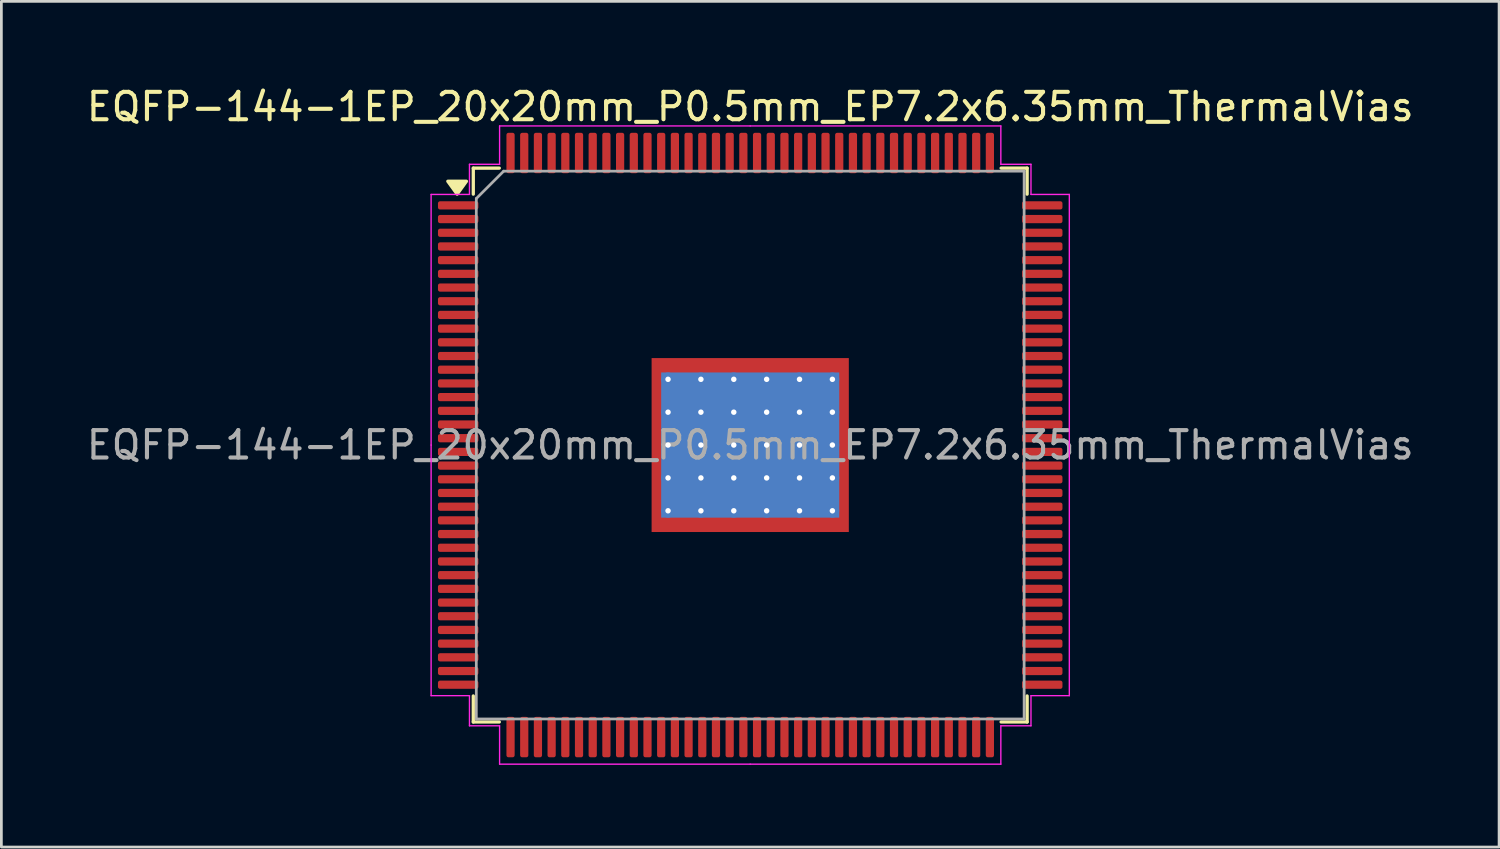
<source format=kicad_pcb>
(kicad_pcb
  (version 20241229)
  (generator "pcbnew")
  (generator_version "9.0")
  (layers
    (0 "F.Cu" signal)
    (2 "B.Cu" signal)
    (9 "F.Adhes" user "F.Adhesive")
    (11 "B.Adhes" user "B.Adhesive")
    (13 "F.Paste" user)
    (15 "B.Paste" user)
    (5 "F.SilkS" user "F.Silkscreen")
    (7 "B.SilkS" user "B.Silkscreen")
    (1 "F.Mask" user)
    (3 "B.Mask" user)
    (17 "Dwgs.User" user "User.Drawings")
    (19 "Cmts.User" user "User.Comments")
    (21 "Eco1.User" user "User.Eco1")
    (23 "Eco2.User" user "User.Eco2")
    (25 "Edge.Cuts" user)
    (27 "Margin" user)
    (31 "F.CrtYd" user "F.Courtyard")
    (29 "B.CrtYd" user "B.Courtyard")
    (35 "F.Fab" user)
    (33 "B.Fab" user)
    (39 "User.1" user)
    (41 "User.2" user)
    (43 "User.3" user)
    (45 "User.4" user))
  (footprint "EQFP-144-1EP_20x20mm_P0.5mm_EP7.2x6.35mm_ThermalVias"
    (layer "F.Cu")
    (at 24.339 13.198)
    (property "Reference" "EQFP-144-1EP_20x20mm_P0.5mm_EP7.2x6.35mm_ThermalVias" (at 0 -12.35 0) (layer "F.SilkS") (effects (font (size 1 1) (thickness 0.15))))
    (attr smd)
    (fp_line (start -10.11 -10.11) (end -10.11 -9.16) (stroke (width 0.12) (type solid)) (layer "F.SilkS"))
    (fp_line (start -10.11 10.11) (end -10.11 9.16) (stroke (width 0.12) (type solid)) (layer "F.SilkS"))
    (fp_line (start -9.16 -10.11) (end -10.11 -10.11) (stroke (width 0.12) (type solid)) (layer "F.SilkS"))
    (fp_line (start -9.16 10.11) (end -10.11 10.11) (stroke (width 0.12) (type solid)) (layer "F.SilkS"))
    (fp_line (start 9.16 -10.11) (end 10.11 -10.11) (stroke (width 0.12) (type solid)) (layer "F.SilkS"))
    (fp_line (start 9.16 10.11) (end 10.11 10.11) (stroke (width 0.12) (type solid)) (layer "F.SilkS"))
    (fp_line (start 10.11 -10.11) (end 10.11 -9.16) (stroke (width 0.12) (type solid)) (layer "F.SilkS"))
    (fp_line (start 10.11 10.11) (end 10.11 9.16) (stroke (width 0.12) (type solid)) (layer "F.SilkS"))
    (fp_poly (pts (xy -10.7 -9.16) (xy -11.04 -9.63) (xy -10.36 -9.63) (xy -10.7 -9.16)) (stroke (width 0.12) (type solid)) (fill yes) (layer "F.SilkS"))
    (fp_line (start -11.65 -9.15) (end -11.65 0) (stroke (width 0.05) (type solid)) (layer "F.CrtYd"))
    (fp_line (start -11.65 9.15) (end -11.65 0) (stroke (width 0.05) (type solid)) (layer "F.CrtYd"))
    (fp_line (start -10.25 -10.25) (end -10.25 -9.15) (stroke (width 0.05) (type solid)) (layer "F.CrtYd"))
    (fp_line (start -10.25 -9.15) (end -11.65 -9.15) (stroke (width 0.05) (type solid)) (layer "F.CrtYd"))
    (fp_line (start -10.25 9.15) (end -11.65 9.15) (stroke (width 0.05) (type solid)) (layer "F.CrtYd"))
    (fp_line (start -10.25 10.25) (end -10.25 9.15) (stroke (width 0.05) (type solid)) (layer "F.CrtYd"))
    (fp_line (start -9.15 -11.65) (end -9.15 -10.25) (stroke (width 0.05) (type solid)) (layer "F.CrtYd"))
    (fp_line (start -9.15 -10.25) (end -10.25 -10.25) (stroke (width 0.05) (type solid)) (layer "F.CrtYd"))
    (fp_line (start -9.15 10.25) (end -10.25 10.25) (stroke (width 0.05) (type solid)) (layer "F.CrtYd"))
    (fp_line (start -9.15 11.65) (end -9.15 10.25) (stroke (width 0.05) (type solid)) (layer "F.CrtYd"))
    (fp_line (start 0 -11.65) (end -9.15 -11.65) (stroke (width 0.05) (type solid)) (layer "F.CrtYd"))
    (fp_line (start 0 -11.65) (end 9.15 -11.65) (stroke (width 0.05) (type solid)) (layer "F.CrtYd"))
    (fp_line (start 0 11.65) (end -9.15 11.65) (stroke (width 0.05) (type solid)) (layer "F.CrtYd"))
    (fp_line (start 0 11.65) (end 9.15 11.65) (stroke (width 0.05) (type solid)) (layer "F.CrtYd"))
    (fp_line (start 9.15 -11.65) (end 9.15 -10.25) (stroke (width 0.05) (type solid)) (layer "F.CrtYd"))
    (fp_line (start 9.15 -10.25) (end 10.25 -10.25) (stroke (width 0.05) (type solid)) (layer "F.CrtYd"))
    (fp_line (start 9.15 10.25) (end 10.25 10.25) (stroke (width 0.05) (type solid)) (layer "F.CrtYd"))
    (fp_line (start 9.15 11.65) (end 9.15 10.25) (stroke (width 0.05) (type solid)) (layer "F.CrtYd"))
    (fp_line (start 10.25 -10.25) (end 10.25 -9.15) (stroke (width 0.05) (type solid)) (layer "F.CrtYd"))
    (fp_line (start 10.25 -9.15) (end 11.65 -9.15) (stroke (width 0.05) (type solid)) (layer "F.CrtYd"))
    (fp_line (start 10.25 9.15) (end 11.65 9.15) (stroke (width 0.05) (type solid)) (layer "F.CrtYd"))
    (fp_line (start 10.25 10.25) (end 10.25 9.15) (stroke (width 0.05) (type solid)) (layer "F.CrtYd"))
    (fp_line (start 11.65 -9.15) (end 11.65 0) (stroke (width 0.05) (type solid)) (layer "F.CrtYd"))
    (fp_line (start 11.65 9.15) (end 11.65 0) (stroke (width 0.05) (type solid)) (layer "F.CrtYd"))
    (fp_line (start -10 -9) (end -9 -10) (stroke (width 0.1) (type solid)) (layer "F.Fab"))
    (fp_line (start -10 10) (end -10 -9) (stroke (width 0.1) (type solid)) (layer "F.Fab"))
    (fp_line (start -9 -10) (end 10 -10) (stroke (width 0.1) (type solid)) (layer "F.Fab"))
    (fp_line (start 10 -10) (end 10 10) (stroke (width 0.1) (type solid)) (layer "F.Fab"))
    (fp_line (start 10 10) (end -10 10) (stroke (width 0.1) (type solid)) (layer "F.Fab"))
    (fp_text user "${REFERENCE}" (at 0 0 0) (layer "F.Fab") (effects (font (size 1 1) (thickness 0.15))))
    (pad "" smd custom (at -3.3 -2.788) (size 0.378 0.378) (layers "F.Paste") (options (anchor circle)) (primitives (gr_poly (pts (xy -0.136 -0.207) (xy 0.136 -0.207) (xy 0.136 0.119) (xy 0.048 0.207) (xy -0.136 0.207)) (width 0.212) (fill yes))))
    (pad "" smd custom (at -3.3 -1.8) (size 0.407 0.407) (layers "F.Paste") (options (anchor circle)) (primitives (gr_poly (pts (xy -0.165 -0.407) (xy 0.102 -0.407) (xy 0.165 -0.344) (xy 0.165 0.344) (xy 0.102 0.407) (xy -0.165 0.407)) (width 0.153) (fill yes))))
    (pad "" smd custom (at -3.3 -0.6) (size 0.407 0.407) (layers "F.Paste") (options (anchor circle)) (primitives (gr_poly (pts (xy -0.165 -0.407) (xy 0.102 -0.407) (xy 0.165 -0.344) (xy 0.165 0.344) (xy 0.102 0.407) (xy -0.165 0.407)) (width 0.153) (fill yes))))
    (pad "" smd custom (at -3.3 0.6) (size 0.407 0.407) (layers "F.Paste") (options (anchor circle)) (primitives (gr_poly (pts (xy -0.165 -0.407) (xy 0.102 -0.407) (xy 0.165 -0.344) (xy 0.165 0.344) (xy 0.102 0.407) (xy -0.165 0.407)) (width 0.153) (fill yes))))
    (pad "" smd custom (at -3.3 1.8) (size 0.407 0.407) (layers "F.Paste") (options (anchor circle)) (primitives (gr_poly (pts (xy -0.165 -0.407) (xy 0.102 -0.407) (xy 0.165 -0.344) (xy 0.165 0.344) (xy 0.102 0.407) (xy -0.165 0.407)) (width 0.153) (fill yes))))
    (pad "" smd custom (at -3.3 2.788) (size 0.378 0.378) (layers "F.Paste") (options (anchor circle)) (primitives (gr_poly (pts (xy -0.136 -0.207) (xy 0.048 -0.207) (xy 0.136 -0.119) (xy 0.136 0.207) (xy -0.136 0.207)) (width 0.212) (fill yes))))
    (pad "" smd roundrect (at -2.4 -2.788) (size 0.967 0.625) (layers "F.Paste") (roundrect_rratio 0.25))
    (pad "" smd roundrect (at -2.4 -1.8) (size 0.967 0.967) (layers "F.Paste") (roundrect_rratio 0.25))
    (pad "" smd roundrect (at -2.4 -0.6) (size 0.967 0.967) (layers "F.Paste") (roundrect_rratio 0.25))
    (pad "" smd roundrect (at -2.4 0.6) (size 0.967 0.967) (layers "F.Paste") (roundrect_rratio 0.25))
    (pad "" smd roundrect (at -2.4 1.8) (size 0.967 0.967) (layers "F.Paste") (roundrect_rratio 0.25))
    (pad "" smd roundrect (at -2.4 2.788) (size 0.967 0.625) (layers "F.Paste") (roundrect_rratio 0.25))
    (pad "" smd roundrect (at -1.2 -2.788) (size 0.967 0.625) (layers "F.Paste") (roundrect_rratio 0.25))
    (pad "" smd roundrect (at -1.2 -1.8) (size 0.967 0.967) (layers "F.Paste") (roundrect_rratio 0.25))
    (pad "" smd roundrect (at -1.2 -0.6) (size 0.967 0.967) (layers "F.Paste") (roundrect_rratio 0.25))
    (pad "" smd roundrect (at -1.2 0.6) (size 0.967 0.967) (layers "F.Paste") (roundrect_rratio 0.25))
    (pad "" smd roundrect (at -1.2 1.8) (size 0.967 0.967) (layers "F.Paste") (roundrect_rratio 0.25))
    (pad "" smd roundrect (at -1.2 2.788) (size 0.967 0.625) (layers "F.Paste") (roundrect_rratio 0.25))
    (pad "" smd roundrect (at 0 -2.788) (size 0.967 0.625) (layers "F.Paste") (roundrect_rratio 0.25))
    (pad "" smd roundrect (at 0 -1.8) (size 0.967 0.967) (layers "F.Paste") (roundrect_rratio 0.25))
    (pad "" smd roundrect (at 0 -0.6) (size 0.967 0.967) (layers "F.Paste") (roundrect_rratio 0.25))
    (pad "" smd roundrect (at 0 0.6) (size 0.967 0.967) (layers "F.Paste") (roundrect_rratio 0.25))
    (pad "" smd roundrect (at 0 1.8) (size 0.967 0.967) (layers "F.Paste") (roundrect_rratio 0.25))
    (pad "" smd roundrect (at 0 2.788) (size 0.967 0.625) (layers "F.Paste") (roundrect_rratio 0.25))
    (pad "" smd roundrect (at 1.2 -2.788) (size 0.967 0.625) (layers "F.Paste") (roundrect_rratio 0.25))
    (pad "" smd roundrect (at 1.2 -1.8) (size 0.967 0.967) (layers "F.Paste") (roundrect_rratio 0.25))
    (pad "" smd roundrect (at 1.2 -0.6) (size 0.967 0.967) (layers "F.Paste") (roundrect_rratio 0.25))
    (pad "" smd roundrect (at 1.2 0.6) (size 0.967 0.967) (layers "F.Paste") (roundrect_rratio 0.25))
    (pad "" smd roundrect (at 1.2 1.8) (size 0.967 0.967) (layers "F.Paste") (roundrect_rratio 0.25))
    (pad "" smd roundrect (at 1.2 2.788) (size 0.967 0.625) (layers "F.Paste") (roundrect_rratio 0.25))
    (pad "" smd roundrect (at 2.4 -2.788) (size 0.967 0.625) (layers "F.Paste") (roundrect_rratio 0.25))
    (pad "" smd roundrect (at 2.4 -1.8) (size 0.967 0.967) (layers "F.Paste") (roundrect_rratio 0.25))
    (pad "" smd roundrect (at 2.4 -0.6) (size 0.967 0.967) (layers "F.Paste") (roundrect_rratio 0.25))
    (pad "" smd roundrect (at 2.4 0.6) (size 0.967 0.967) (layers "F.Paste") (roundrect_rratio 0.25))
    (pad "" smd roundrect (at 2.4 1.8) (size 0.967 0.967) (layers "F.Paste") (roundrect_rratio 0.25))
    (pad "" smd roundrect (at 2.4 2.788) (size 0.967 0.625) (layers "F.Paste") (roundrect_rratio 0.25))
    (pad "" smd custom (at 3.3 -2.788) (size 0.378 0.378) (layers "F.Paste") (options (anchor circle)) (primitives (gr_poly (pts (xy -0.136 -0.207) (xy 0.136 -0.207) (xy 0.136 0.207) (xy -0.048 0.207) (xy -0.136 0.119)) (width 0.212) (fill yes))))
    (pad "" smd custom (at 3.3 -1.8) (size 0.407 0.407) (layers "F.Paste") (options (anchor circle)) (primitives (gr_poly (pts (xy -0.165 -0.344) (xy -0.102 -0.407) (xy 0.165 -0.407) (xy 0.165 0.407) (xy -0.102 0.407) (xy -0.165 0.344)) (width 0.153) (fill yes))))
    (pad "" smd custom (at 3.3 -0.6) (size 0.407 0.407) (layers "F.Paste") (options (anchor circle)) (primitives (gr_poly (pts (xy -0.165 -0.344) (xy -0.102 -0.407) (xy 0.165 -0.407) (xy 0.165 0.407) (xy -0.102 0.407) (xy -0.165 0.344)) (width 0.153) (fill yes))))
    (pad "" smd custom (at 3.3 0.6) (size 0.407 0.407) (layers "F.Paste") (options (anchor circle)) (primitives (gr_poly (pts (xy -0.165 -0.344) (xy -0.102 -0.407) (xy 0.165 -0.407) (xy 0.165 0.407) (xy -0.102 0.407) (xy -0.165 0.344)) (width 0.153) (fill yes))))
    (pad "" smd custom (at 3.3 1.8) (size 0.407 0.407) (layers "F.Paste") (options (anchor circle)) (primitives (gr_poly (pts (xy -0.165 -0.344) (xy -0.102 -0.407) (xy 0.165 -0.407) (xy 0.165 0.407) (xy -0.102 0.407) (xy -0.165 0.344)) (width 0.153) (fill yes))))
    (pad "" smd custom (at 3.3 2.788) (size 0.378 0.378) (layers "F.Paste") (options (anchor circle)) (primitives (gr_poly (pts (xy -0.136 -0.119) (xy -0.048 -0.207) (xy 0.136 -0.207) (xy 0.136 0.207) (xy -0.136 0.207)) (width 0.212) (fill yes))))
    (pad "1" smd roundrect (at -10.662 -8.75) (size 1.475 0.3) (layers "F.Cu" "F.Mask" "F.Paste") (roundrect_rratio 0.25))
    (pad "2" smd roundrect (at -10.662 -8.25) (size 1.475 0.3) (layers "F.Cu" "F.Mask" "F.Paste") (roundrect_rratio 0.25))
    (pad "3" smd roundrect (at -10.662 -7.75) (size 1.475 0.3) (layers "F.Cu" "F.Mask" "F.Paste") (roundrect_rratio 0.25))
    (pad "4" smd roundrect (at -10.662 -7.25) (size 1.475 0.3) (layers "F.Cu" "F.Mask" "F.Paste") (roundrect_rratio 0.25))
    (pad "5" smd roundrect (at -10.662 -6.75) (size 1.475 0.3) (layers "F.Cu" "F.Mask" "F.Paste") (roundrect_rratio 0.25))
    (pad "6" smd roundrect (at -10.662 -6.25) (size 1.475 0.3) (layers "F.Cu" "F.Mask" "F.Paste") (roundrect_rratio 0.25))
    (pad "7" smd roundrect (at -10.662 -5.75) (size 1.475 0.3) (layers "F.Cu" "F.Mask" "F.Paste") (roundrect_rratio 0.25))
    (pad "8" smd roundrect (at -10.662 -5.25) (size 1.475 0.3) (layers "F.Cu" "F.Mask" "F.Paste") (roundrect_rratio 0.25))
    (pad "9" smd roundrect (at -10.662 -4.75) (size 1.475 0.3) (layers "F.Cu" "F.Mask" "F.Paste") (roundrect_rratio 0.25))
    (pad "10" smd roundrect (at -10.662 -4.25) (size 1.475 0.3) (layers "F.Cu" "F.Mask" "F.Paste") (roundrect_rratio 0.25))
    (pad "11" smd roundrect (at -10.662 -3.75) (size 1.475 0.3) (layers "F.Cu" "F.Mask" "F.Paste") (roundrect_rratio 0.25))
    (pad "12" smd roundrect (at -10.662 -3.25) (size 1.475 0.3) (layers "F.Cu" "F.Mask" "F.Paste") (roundrect_rratio 0.25))
    (pad "13" smd roundrect (at -10.662 -2.75) (size 1.475 0.3) (layers "F.Cu" "F.Mask" "F.Paste") (roundrect_rratio 0.25))
    (pad "14" smd roundrect (at -10.662 -2.25) (size 1.475 0.3) (layers "F.Cu" "F.Mask" "F.Paste") (roundrect_rratio 0.25))
    (pad "15" smd roundrect (at -10.662 -1.75) (size 1.475 0.3) (layers "F.Cu" "F.Mask" "F.Paste") (roundrect_rratio 0.25))
    (pad "16" smd roundrect (at -10.662 -1.25) (size 1.475 0.3) (layers "F.Cu" "F.Mask" "F.Paste") (roundrect_rratio 0.25))
    (pad "17" smd roundrect (at -10.662 -0.75) (size 1.475 0.3) (layers "F.Cu" "F.Mask" "F.Paste") (roundrect_rratio 0.25))
    (pad "18" smd roundrect (at -10.662 -0.25) (size 1.475 0.3) (layers "F.Cu" "F.Mask" "F.Paste") (roundrect_rratio 0.25))
    (pad "19" smd roundrect (at -10.662 0.25) (size 1.475 0.3) (layers "F.Cu" "F.Mask" "F.Paste") (roundrect_rratio 0.25))
    (pad "20" smd roundrect (at -10.662 0.75) (size 1.475 0.3) (layers "F.Cu" "F.Mask" "F.Paste") (roundrect_rratio 0.25))
    (pad "21" smd roundrect (at -10.662 1.25) (size 1.475 0.3) (layers "F.Cu" "F.Mask" "F.Paste") (roundrect_rratio 0.25))
    (pad "22" smd roundrect (at -10.662 1.75) (size 1.475 0.3) (layers "F.Cu" "F.Mask" "F.Paste") (roundrect_rratio 0.25))
    (pad "23" smd roundrect (at -10.662 2.25) (size 1.475 0.3) (layers "F.Cu" "F.Mask" "F.Paste") (roundrect_rratio 0.25))
    (pad "24" smd roundrect (at -10.662 2.75) (size 1.475 0.3) (layers "F.Cu" "F.Mask" "F.Paste") (roundrect_rratio 0.25))
    (pad "25" smd roundrect (at -10.662 3.25) (size 1.475 0.3) (layers "F.Cu" "F.Mask" "F.Paste") (roundrect_rratio 0.25))
    (pad "26" smd roundrect (at -10.662 3.75) (size 1.475 0.3) (layers "F.Cu" "F.Mask" "F.Paste") (roundrect_rratio 0.25))
    (pad "27" smd roundrect (at -10.662 4.25) (size 1.475 0.3) (layers "F.Cu" "F.Mask" "F.Paste") (roundrect_rratio 0.25))
    (pad "28" smd roundrect (at -10.662 4.75) (size 1.475 0.3) (layers "F.Cu" "F.Mask" "F.Paste") (roundrect_rratio 0.25))
    (pad "29" smd roundrect (at -10.662 5.25) (size 1.475 0.3) (layers "F.Cu" "F.Mask" "F.Paste") (roundrect_rratio 0.25))
    (pad "30" smd roundrect (at -10.662 5.75) (size 1.475 0.3) (layers "F.Cu" "F.Mask" "F.Paste") (roundrect_rratio 0.25))
    (pad "31" smd roundrect (at -10.662 6.25) (size 1.475 0.3) (layers "F.Cu" "F.Mask" "F.Paste") (roundrect_rratio 0.25))
    (pad "32" smd roundrect (at -10.662 6.75) (size 1.475 0.3) (layers "F.Cu" "F.Mask" "F.Paste") (roundrect_rratio 0.25))
    (pad "33" smd roundrect (at -10.662 7.25) (size 1.475 0.3) (layers "F.Cu" "F.Mask" "F.Paste") (roundrect_rratio 0.25))
    (pad "34" smd roundrect (at -10.662 7.75) (size 1.475 0.3) (layers "F.Cu" "F.Mask" "F.Paste") (roundrect_rratio 0.25))
    (pad "35" smd roundrect (at -10.662 8.25) (size 1.475 0.3) (layers "F.Cu" "F.Mask" "F.Paste") (roundrect_rratio 0.25))
    (pad "36" smd roundrect (at -10.662 8.75) (size 1.475 0.3) (layers "F.Cu" "F.Mask" "F.Paste") (roundrect_rratio 0.25))
    (pad "37" smd roundrect (at -8.75 10.662) (size 0.3 1.475) (layers "F.Cu" "F.Mask" "F.Paste") (roundrect_rratio 0.25))
    (pad "38" smd roundrect (at -8.25 10.662) (size 0.3 1.475) (layers "F.Cu" "F.Mask" "F.Paste") (roundrect_rratio 0.25))
    (pad "39" smd roundrect (at -7.75 10.662) (size 0.3 1.475) (layers "F.Cu" "F.Mask" "F.Paste") (roundrect_rratio 0.25))
    (pad "40" smd roundrect (at -7.25 10.662) (size 0.3 1.475) (layers "F.Cu" "F.Mask" "F.Paste") (roundrect_rratio 0.25))
    (pad "41" smd roundrect (at -6.75 10.662) (size 0.3 1.475) (layers "F.Cu" "F.Mask" "F.Paste") (roundrect_rratio 0.25))
    (pad "42" smd roundrect (at -6.25 10.662) (size 0.3 1.475) (layers "F.Cu" "F.Mask" "F.Paste") (roundrect_rratio 0.25))
    (pad "43" smd roundrect (at -5.75 10.662) (size 0.3 1.475) (layers "F.Cu" "F.Mask" "F.Paste") (roundrect_rratio 0.25))
    (pad "44" smd roundrect (at -5.25 10.662) (size 0.3 1.475) (layers "F.Cu" "F.Mask" "F.Paste") (roundrect_rratio 0.25))
    (pad "45" smd roundrect (at -4.75 10.662) (size 0.3 1.475) (layers "F.Cu" "F.Mask" "F.Paste") (roundrect_rratio 0.25))
    (pad "46" smd roundrect (at -4.25 10.662) (size 0.3 1.475) (layers "F.Cu" "F.Mask" "F.Paste") (roundrect_rratio 0.25))
    (pad "47" smd roundrect (at -3.75 10.662) (size 0.3 1.475) (layers "F.Cu" "F.Mask" "F.Paste") (roundrect_rratio 0.25))
    (pad "48" smd roundrect (at -3.25 10.662) (size 0.3 1.475) (layers "F.Cu" "F.Mask" "F.Paste") (roundrect_rratio 0.25))
    (pad "49" smd roundrect (at -2.75 10.662) (size 0.3 1.475) (layers "F.Cu" "F.Mask" "F.Paste") (roundrect_rratio 0.25))
    (pad "50" smd roundrect (at -2.25 10.662) (size 0.3 1.475) (layers "F.Cu" "F.Mask" "F.Paste") (roundrect_rratio 0.25))
    (pad "51" smd roundrect (at -1.75 10.662) (size 0.3 1.475) (layers "F.Cu" "F.Mask" "F.Paste") (roundrect_rratio 0.25))
    (pad "52" smd roundrect (at -1.25 10.662) (size 0.3 1.475) (layers "F.Cu" "F.Mask" "F.Paste") (roundrect_rratio 0.25))
    (pad "53" smd roundrect (at -0.75 10.662) (size 0.3 1.475) (layers "F.Cu" "F.Mask" "F.Paste") (roundrect_rratio 0.25))
    (pad "54" smd roundrect (at -0.25 10.662) (size 0.3 1.475) (layers "F.Cu" "F.Mask" "F.Paste") (roundrect_rratio 0.25))
    (pad "55" smd roundrect (at 0.25 10.662) (size 0.3 1.475) (layers "F.Cu" "F.Mask" "F.Paste") (roundrect_rratio 0.25))
    (pad "56" smd roundrect (at 0.75 10.662) (size 0.3 1.475) (layers "F.Cu" "F.Mask" "F.Paste") (roundrect_rratio 0.25))
    (pad "57" smd roundrect (at 1.25 10.662) (size 0.3 1.475) (layers "F.Cu" "F.Mask" "F.Paste") (roundrect_rratio 0.25))
    (pad "58" smd roundrect (at 1.75 10.662) (size 0.3 1.475) (layers "F.Cu" "F.Mask" "F.Paste") (roundrect_rratio 0.25))
    (pad "59" smd roundrect (at 2.25 10.662) (size 0.3 1.475) (layers "F.Cu" "F.Mask" "F.Paste") (roundrect_rratio 0.25))
    (pad "60" smd roundrect (at 2.75 10.662) (size 0.3 1.475) (layers "F.Cu" "F.Mask" "F.Paste") (roundrect_rratio 0.25))
    (pad "61" smd roundrect (at 3.25 10.662) (size 0.3 1.475) (layers "F.Cu" "F.Mask" "F.Paste") (roundrect_rratio 0.25))
    (pad "62" smd roundrect (at 3.75 10.662) (size 0.3 1.475) (layers "F.Cu" "F.Mask" "F.Paste") (roundrect_rratio 0.25))
    (pad "63" smd roundrect (at 4.25 10.662) (size 0.3 1.475) (layers "F.Cu" "F.Mask" "F.Paste") (roundrect_rratio 0.25))
    (pad "64" smd roundrect (at 4.75 10.662) (size 0.3 1.475) (layers "F.Cu" "F.Mask" "F.Paste") (roundrect_rratio 0.25))
    (pad "65" smd roundrect (at 5.25 10.662) (size 0.3 1.475) (layers "F.Cu" "F.Mask" "F.Paste") (roundrect_rratio 0.25))
    (pad "66" smd roundrect (at 5.75 10.662) (size 0.3 1.475) (layers "F.Cu" "F.Mask" "F.Paste") (roundrect_rratio 0.25))
    (pad "67" smd roundrect (at 6.25 10.662) (size 0.3 1.475) (layers "F.Cu" "F.Mask" "F.Paste") (roundrect_rratio 0.25))
    (pad "68" smd roundrect (at 6.75 10.662) (size 0.3 1.475) (layers "F.Cu" "F.Mask" "F.Paste") (roundrect_rratio 0.25))
    (pad "69" smd roundrect (at 7.25 10.662) (size 0.3 1.475) (layers "F.Cu" "F.Mask" "F.Paste") (roundrect_rratio 0.25))
    (pad "70" smd roundrect (at 7.75 10.662) (size 0.3 1.475) (layers "F.Cu" "F.Mask" "F.Paste") (roundrect_rratio 0.25))
    (pad "71" smd roundrect (at 8.25 10.662) (size 0.3 1.475) (layers "F.Cu" "F.Mask" "F.Paste") (roundrect_rratio 0.25))
    (pad "72" smd roundrect (at 8.75 10.662) (size 0.3 1.475) (layers "F.Cu" "F.Mask" "F.Paste") (roundrect_rratio 0.25))
    (pad "73" smd roundrect (at 10.662 8.75) (size 1.475 0.3) (layers "F.Cu" "F.Mask" "F.Paste") (roundrect_rratio 0.25))
    (pad "74" smd roundrect (at 10.662 8.25) (size 1.475 0.3) (layers "F.Cu" "F.Mask" "F.Paste") (roundrect_rratio 0.25))
    (pad "75" smd roundrect (at 10.662 7.75) (size 1.475 0.3) (layers "F.Cu" "F.Mask" "F.Paste") (roundrect_rratio 0.25))
    (pad "76" smd roundrect (at 10.662 7.25) (size 1.475 0.3) (layers "F.Cu" "F.Mask" "F.Paste") (roundrect_rratio 0.25))
    (pad "77" smd roundrect (at 10.662 6.75) (size 1.475 0.3) (layers "F.Cu" "F.Mask" "F.Paste") (roundrect_rratio 0.25))
    (pad "78" smd roundrect (at 10.662 6.25) (size 1.475 0.3) (layers "F.Cu" "F.Mask" "F.Paste") (roundrect_rratio 0.25))
    (pad "79" smd roundrect (at 10.662 5.75) (size 1.475 0.3) (layers "F.Cu" "F.Mask" "F.Paste") (roundrect_rratio 0.25))
    (pad "80" smd roundrect (at 10.662 5.25) (size 1.475 0.3) (layers "F.Cu" "F.Mask" "F.Paste") (roundrect_rratio 0.25))
    (pad "81" smd roundrect (at 10.662 4.75) (size 1.475 0.3) (layers "F.Cu" "F.Mask" "F.Paste") (roundrect_rratio 0.25))
    (pad "82" smd roundrect (at 10.662 4.25) (size 1.475 0.3) (layers "F.Cu" "F.Mask" "F.Paste") (roundrect_rratio 0.25))
    (pad "83" smd roundrect (at 10.662 3.75) (size 1.475 0.3) (layers "F.Cu" "F.Mask" "F.Paste") (roundrect_rratio 0.25))
    (pad "84" smd roundrect (at 10.662 3.25) (size 1.475 0.3) (layers "F.Cu" "F.Mask" "F.Paste") (roundrect_rratio 0.25))
    (pad "85" smd roundrect (at 10.662 2.75) (size 1.475 0.3) (layers "F.Cu" "F.Mask" "F.Paste") (roundrect_rratio 0.25))
    (pad "86" smd roundrect (at 10.662 2.25) (size 1.475 0.3) (layers "F.Cu" "F.Mask" "F.Paste") (roundrect_rratio 0.25))
    (pad "87" smd roundrect (at 10.662 1.75) (size 1.475 0.3) (layers "F.Cu" "F.Mask" "F.Paste") (roundrect_rratio 0.25))
    (pad "88" smd roundrect (at 10.662 1.25) (size 1.475 0.3) (layers "F.Cu" "F.Mask" "F.Paste") (roundrect_rratio 0.25))
    (pad "89" smd roundrect (at 10.662 0.75) (size 1.475 0.3) (layers "F.Cu" "F.Mask" "F.Paste") (roundrect_rratio 0.25))
    (pad "90" smd roundrect (at 10.662 0.25) (size 1.475 0.3) (layers "F.Cu" "F.Mask" "F.Paste") (roundrect_rratio 0.25))
    (pad "91" smd roundrect (at 10.662 -0.25) (size 1.475 0.3) (layers "F.Cu" "F.Mask" "F.Paste") (roundrect_rratio 0.25))
    (pad "92" smd roundrect (at 10.662 -0.75) (size 1.475 0.3) (layers "F.Cu" "F.Mask" "F.Paste") (roundrect_rratio 0.25))
    (pad "93" smd roundrect (at 10.662 -1.25) (size 1.475 0.3) (layers "F.Cu" "F.Mask" "F.Paste") (roundrect_rratio 0.25))
    (pad "94" smd roundrect (at 10.662 -1.75) (size 1.475 0.3) (layers "F.Cu" "F.Mask" "F.Paste") (roundrect_rratio 0.25))
    (pad "95" smd roundrect (at 10.662 -2.25) (size 1.475 0.3) (layers "F.Cu" "F.Mask" "F.Paste") (roundrect_rratio 0.25))
    (pad "96" smd roundrect (at 10.662 -2.75) (size 1.475 0.3) (layers "F.Cu" "F.Mask" "F.Paste") (roundrect_rratio 0.25))
    (pad "97" smd roundrect (at 10.662 -3.25) (size 1.475 0.3) (layers "F.Cu" "F.Mask" "F.Paste") (roundrect_rratio 0.25))
    (pad "98" smd roundrect (at 10.662 -3.75) (size 1.475 0.3) (layers "F.Cu" "F.Mask" "F.Paste") (roundrect_rratio 0.25))
    (pad "99" smd roundrect (at 10.662 -4.25) (size 1.475 0.3) (layers "F.Cu" "F.Mask" "F.Paste") (roundrect_rratio 0.25))
    (pad "100" smd roundrect (at 10.662 -4.75) (size 1.475 0.3) (layers "F.Cu" "F.Mask" "F.Paste") (roundrect_rratio 0.25))
    (pad "101" smd roundrect (at 10.662 -5.25) (size 1.475 0.3) (layers "F.Cu" "F.Mask" "F.Paste") (roundrect_rratio 0.25))
    (pad "102" smd roundrect (at 10.662 -5.75) (size 1.475 0.3) (layers "F.Cu" "F.Mask" "F.Paste") (roundrect_rratio 0.25))
    (pad "103" smd roundrect (at 10.662 -6.25) (size 1.475 0.3) (layers "F.Cu" "F.Mask" "F.Paste") (roundrect_rratio 0.25))
    (pad "104" smd roundrect (at 10.662 -6.75) (size 1.475 0.3) (layers "F.Cu" "F.Mask" "F.Paste") (roundrect_rratio 0.25))
    (pad "105" smd roundrect (at 10.662 -7.25) (size 1.475 0.3) (layers "F.Cu" "F.Mask" "F.Paste") (roundrect_rratio 0.25))
    (pad "106" smd roundrect (at 10.662 -7.75) (size 1.475 0.3) (layers "F.Cu" "F.Mask" "F.Paste") (roundrect_rratio 0.25))
    (pad "107" smd roundrect (at 10.662 -8.25) (size 1.475 0.3) (layers "F.Cu" "F.Mask" "F.Paste") (roundrect_rratio 0.25))
    (pad "108" smd roundrect (at 10.662 -8.75) (size 1.475 0.3) (layers "F.Cu" "F.Mask" "F.Paste") (roundrect_rratio 0.25))
    (pad "109" smd roundrect (at 8.75 -10.662) (size 0.3 1.475) (layers "F.Cu" "F.Mask" "F.Paste") (roundrect_rratio 0.25))
    (pad "110" smd roundrect (at 8.25 -10.662) (size 0.3 1.475) (layers "F.Cu" "F.Mask" "F.Paste") (roundrect_rratio 0.25))
    (pad "111" smd roundrect (at 7.75 -10.662) (size 0.3 1.475) (layers "F.Cu" "F.Mask" "F.Paste") (roundrect_rratio 0.25))
    (pad "112" smd roundrect (at 7.25 -10.662) (size 0.3 1.475) (layers "F.Cu" "F.Mask" "F.Paste") (roundrect_rratio 0.25))
    (pad "113" smd roundrect (at 6.75 -10.662) (size 0.3 1.475) (layers "F.Cu" "F.Mask" "F.Paste") (roundrect_rratio 0.25))
    (pad "114" smd roundrect (at 6.25 -10.662) (size 0.3 1.475) (layers "F.Cu" "F.Mask" "F.Paste") (roundrect_rratio 0.25))
    (pad "115" smd roundrect (at 5.75 -10.662) (size 0.3 1.475) (layers "F.Cu" "F.Mask" "F.Paste") (roundrect_rratio 0.25))
    (pad "116" smd roundrect (at 5.25 -10.662) (size 0.3 1.475) (layers "F.Cu" "F.Mask" "F.Paste") (roundrect_rratio 0.25))
    (pad "117" smd roundrect (at 4.75 -10.662) (size 0.3 1.475) (layers "F.Cu" "F.Mask" "F.Paste") (roundrect_rratio 0.25))
    (pad "118" smd roundrect (at 4.25 -10.662) (size 0.3 1.475) (layers "F.Cu" "F.Mask" "F.Paste") (roundrect_rratio 0.25))
    (pad "119" smd roundrect (at 3.75 -10.662) (size 0.3 1.475) (layers "F.Cu" "F.Mask" "F.Paste") (roundrect_rratio 0.25))
    (pad "120" smd roundrect (at 3.25 -10.662) (size 0.3 1.475) (layers "F.Cu" "F.Mask" "F.Paste") (roundrect_rratio 0.25))
    (pad "121" smd roundrect (at 2.75 -10.662) (size 0.3 1.475) (layers "F.Cu" "F.Mask" "F.Paste") (roundrect_rratio 0.25))
    (pad "122" smd roundrect (at 2.25 -10.662) (size 0.3 1.475) (layers "F.Cu" "F.Mask" "F.Paste") (roundrect_rratio 0.25))
    (pad "123" smd roundrect (at 1.75 -10.662) (size 0.3 1.475) (layers "F.Cu" "F.Mask" "F.Paste") (roundrect_rratio 0.25))
    (pad "124" smd roundrect (at 1.25 -10.662) (size 0.3 1.475) (layers "F.Cu" "F.Mask" "F.Paste") (roundrect_rratio 0.25))
    (pad "125" smd roundrect (at 0.75 -10.662) (size 0.3 1.475) (layers "F.Cu" "F.Mask" "F.Paste") (roundrect_rratio 0.25))
    (pad "126" smd roundrect (at 0.25 -10.662) (size 0.3 1.475) (layers "F.Cu" "F.Mask" "F.Paste") (roundrect_rratio 0.25))
    (pad "127" smd roundrect (at -0.25 -10.662) (size 0.3 1.475) (layers "F.Cu" "F.Mask" "F.Paste") (roundrect_rratio 0.25))
    (pad "128" smd roundrect (at -0.75 -10.662) (size 0.3 1.475) (layers "F.Cu" "F.Mask" "F.Paste") (roundrect_rratio 0.25))
    (pad "129" smd roundrect (at -1.25 -10.662) (size 0.3 1.475) (layers "F.Cu" "F.Mask" "F.Paste") (roundrect_rratio 0.25))
    (pad "130" smd roundrect (at -1.75 -10.662) (size 0.3 1.475) (layers "F.Cu" "F.Mask" "F.Paste") (roundrect_rratio 0.25))
    (pad "131" smd roundrect (at -2.25 -10.662) (size 0.3 1.475) (layers "F.Cu" "F.Mask" "F.Paste") (roundrect_rratio 0.25))
    (pad "132" smd roundrect (at -2.75 -10.662) (size 0.3 1.475) (layers "F.Cu" "F.Mask" "F.Paste") (roundrect_rratio 0.25))
    (pad "133" smd roundrect (at -3.25 -10.662) (size 0.3 1.475) (layers "F.Cu" "F.Mask" "F.Paste") (roundrect_rratio 0.25))
    (pad "134" smd roundrect (at -3.75 -10.662) (size 0.3 1.475) (layers "F.Cu" "F.Mask" "F.Paste") (roundrect_rratio 0.25))
    (pad "135" smd roundrect (at -4.25 -10.662) (size 0.3 1.475) (layers "F.Cu" "F.Mask" "F.Paste") (roundrect_rratio 0.25))
    (pad "136" smd roundrect (at -4.75 -10.662) (size 0.3 1.475) (layers "F.Cu" "F.Mask" "F.Paste") (roundrect_rratio 0.25))
    (pad "137" smd roundrect (at -5.25 -10.662) (size 0.3 1.475) (layers "F.Cu" "F.Mask" "F.Paste") (roundrect_rratio 0.25))
    (pad "138" smd roundrect (at -5.75 -10.662) (size 0.3 1.475) (layers "F.Cu" "F.Mask" "F.Paste") (roundrect_rratio 0.25))
    (pad "139" smd roundrect (at -6.25 -10.662) (size 0.3 1.475) (layers "F.Cu" "F.Mask" "F.Paste") (roundrect_rratio 0.25))
    (pad "140" smd roundrect (at -6.75 -10.662) (size 0.3 1.475) (layers "F.Cu" "F.Mask" "F.Paste") (roundrect_rratio 0.25))
    (pad "141" smd roundrect (at -7.25 -10.662) (size 0.3 1.475) (layers "F.Cu" "F.Mask" "F.Paste") (roundrect_rratio 0.25))
    (pad "142" smd roundrect (at -7.75 -10.662) (size 0.3 1.475) (layers "F.Cu" "F.Mask" "F.Paste") (roundrect_rratio 0.25))
    (pad "143" smd roundrect (at -8.25 -10.662) (size 0.3 1.475) (layers "F.Cu" "F.Mask" "F.Paste") (roundrect_rratio 0.25))
    (pad "144" smd roundrect (at -8.75 -10.662) (size 0.3 1.475) (layers "F.Cu" "F.Mask" "F.Paste") (roundrect_rratio 0.25))
    (pad "145" thru_hole circle (at -3 -2.4) (size 0.5 0.5) (drill 0.2) (property pad_prop_heatsink) (layers "*.Cu"))
    (pad "145" thru_hole circle (at -3 -1.2) (size 0.5 0.5) (drill 0.2) (property pad_prop_heatsink) (layers "*.Cu"))
    (pad "145" thru_hole circle (at -3 0) (size 0.5 0.5) (drill 0.2) (property pad_prop_heatsink) (layers "*.Cu"))
    (pad "145" thru_hole circle (at -3 1.2) (size 0.5 0.5) (drill 0.2) (property pad_prop_heatsink) (layers "*.Cu"))
    (pad "145" thru_hole circle (at -3 2.4) (size 0.5 0.5) (drill 0.2) (property pad_prop_heatsink) (layers "*.Cu"))
    (pad "145" thru_hole circle (at -1.8 -2.4) (size 0.5 0.5) (drill 0.2) (property pad_prop_heatsink) (layers "*.Cu"))
    (pad "145" thru_hole circle (at -1.8 -1.2) (size 0.5 0.5) (drill 0.2) (property pad_prop_heatsink) (layers "*.Cu"))
    (pad "145" thru_hole circle (at -1.8 0) (size 0.5 0.5) (drill 0.2) (property pad_prop_heatsink) (layers "*.Cu"))
    (pad "145" thru_hole circle (at -1.8 1.2) (size 0.5 0.5) (drill 0.2) (property pad_prop_heatsink) (layers "*.Cu"))
    (pad "145" thru_hole circle (at -1.8 2.4) (size 0.5 0.5) (drill 0.2) (property pad_prop_heatsink) (layers "*.Cu"))
    (pad "145" thru_hole circle (at -0.6 -2.4) (size 0.5 0.5) (drill 0.2) (property pad_prop_heatsink) (layers "*.Cu"))
    (pad "145" thru_hole circle (at -0.6 -1.2) (size 0.5 0.5) (drill 0.2) (property pad_prop_heatsink) (layers "*.Cu"))
    (pad "145" thru_hole circle (at -0.6 0) (size 0.5 0.5) (drill 0.2) (property pad_prop_heatsink) (layers "*.Cu"))
    (pad "145" thru_hole circle (at -0.6 1.2) (size 0.5 0.5) (drill 0.2) (property pad_prop_heatsink) (layers "*.Cu"))
    (pad "145" thru_hole circle (at -0.6 2.4) (size 0.5 0.5) (drill 0.2) (property pad_prop_heatsink) (layers "*.Cu"))
    (pad "145" smd rect (at 0 0) (size 6.5 5.3) (property pad_prop_heatsink) (layers "B.Cu"))
    (pad "145" smd rect (at 0 0) (size 7.2 6.35) (property pad_prop_heatsink) (layers "F.Cu" "F.Mask"))
    (pad "145" thru_hole circle (at 0.6 -2.4) (size 0.5 0.5) (drill 0.2) (property pad_prop_heatsink) (layers "*.Cu"))
    (pad "145" thru_hole circle (at 0.6 -1.2) (size 0.5 0.5) (drill 0.2) (property pad_prop_heatsink) (layers "*.Cu"))
    (pad "145" thru_hole circle (at 0.6 0) (size 0.5 0.5) (drill 0.2) (property pad_prop_heatsink) (layers "*.Cu"))
    (pad "145" thru_hole circle (at 0.6 1.2) (size 0.5 0.5) (drill 0.2) (property pad_prop_heatsink) (layers "*.Cu"))
    (pad "145" thru_hole circle (at 0.6 2.4) (size 0.5 0.5) (drill 0.2) (property pad_prop_heatsink) (layers "*.Cu"))
    (pad "145" thru_hole circle (at 1.8 -2.4) (size 0.5 0.5) (drill 0.2) (property pad_prop_heatsink) (layers "*.Cu"))
    (pad "145" thru_hole circle (at 1.8 -1.2) (size 0.5 0.5) (drill 0.2) (property pad_prop_heatsink) (layers "*.Cu"))
    (pad "145" thru_hole circle (at 1.8 0) (size 0.5 0.5) (drill 0.2) (property pad_prop_heatsink) (layers "*.Cu"))
    (pad "145" thru_hole circle (at 1.8 1.2) (size 0.5 0.5) (drill 0.2) (property pad_prop_heatsink) (layers "*.Cu"))
    (pad "145" thru_hole circle (at 1.8 2.4) (size 0.5 0.5) (drill 0.2) (property pad_prop_heatsink) (layers "*.Cu"))
    (pad "145" thru_hole circle (at 3 -2.4) (size 0.5 0.5) (drill 0.2) (property pad_prop_heatsink) (layers "*.Cu"))
    (pad "145" thru_hole circle (at 3 -1.2) (size 0.5 0.5) (drill 0.2) (property pad_prop_heatsink) (layers "*.Cu"))
    (pad "145" thru_hole circle (at 3 0) (size 0.5 0.5) (drill 0.2) (property pad_prop_heatsink) (layers "*.Cu"))
    (pad "145" thru_hole circle (at 3 1.2) (size 0.5 0.5) (drill 0.2) (property pad_prop_heatsink) (layers "*.Cu"))
    (pad "145" thru_hole circle (at 3 2.4) (size 0.5 0.5) (drill 0.2) (property pad_prop_heatsink) (layers "*.Cu")))
  (gr_rect
    (start -3 -3)
    (end 51.679 27.873)
    (stroke (width 0.1) (type default))
    (fill no)
    (layer "Edge.Cuts")))
</source>
